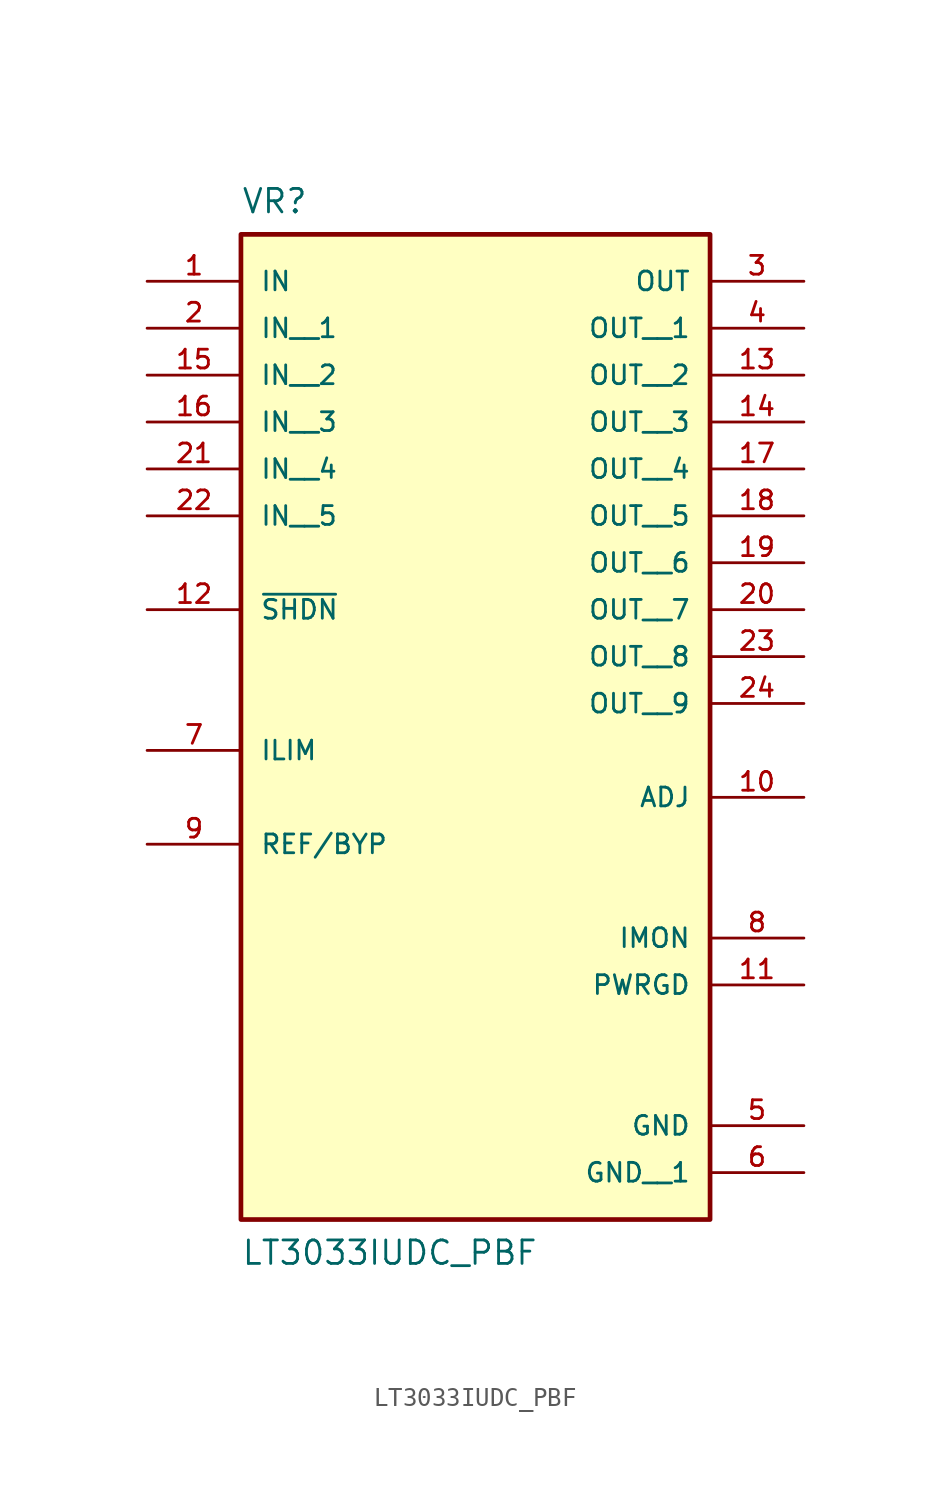
<source format=kicad_sym>
(kicad_symbol_lib
  (version 20211014)
  (generator kicad_symbol_editor)
  (symbol "LT3033IUDC_PBF"
    (pin_names
      (offset 1.016))
    (property "Reference" "VR"
      (at -12.7 15.24 0)
      (effects (font (size 1.27 1.27)) (justify top left)))
    (property "Value" "LT3033IUDC_PBF"
      (at -12.7 -43.18 0)
      (effects (font (size 1.27 1.27)) (justify bottom left)))
    (symbol "LT3033IUDC_PBF_0_0"
      (rectangle (start -12.7 -40.64) (end 12.7 12.7) (stroke (width 0.254)) (fill (type background)))
      (pin input line (at -17.78 10.16 0) (length 5.08) (name "IN" (effects (font (size 1.016 1.016)))) (number "1" (effects (font (size 1.016 1.016)))))
      (pin output line (at 17.78 10.16 180.0) (length 5.08) (name "OUT" (effects (font (size 1.016 1.016)))) (number "3" (effects (font (size 1.016 1.016)))))
      (pin input line (at -17.78 -15.24 0) (length 5.08) (name "ILIM" (effects (font (size 1.016 1.016)))) (number "7" (effects (font (size 1.016 1.016)))))
      (pin output line (at 17.78 -25.4 180.0) (length 5.08) (name "IMON" (effects (font (size 1.016 1.016)))) (number "8" (effects (font (size 1.016 1.016)))))
      (pin passive line (at -17.78 -20.32 0) (length 5.08) (name "REF/BYP" (effects (font (size 1.016 1.016)))) (number "9" (effects (font (size 1.016 1.016)))))
      (pin input line (at 17.78 -17.78 180.0) (length 5.08) (name "ADJ" (effects (font (size 1.016 1.016)))) (number "10" (effects (font (size 1.016 1.016)))))
      (pin output line (at 17.78 -27.94 180.0) (length 5.08) (name "PWRGD" (effects (font (size 1.016 1.016)))) (number "11" (effects (font (size 1.016 1.016)))))
      (pin input line (at -17.78 -7.62 0) (length 5.08) (name "~{SHDN}" (effects (font (size 1.016 1.016)))) (number "12" (effects (font (size 1.016 1.016)))))
      (pin power_in line (at 17.78 -35.56 180.0) (length 5.08) (name "GND" (effects (font (size 1.016 1.016)))) (number "5" (effects (font (size 1.016 1.016)))))
      (pin input line (at -17.78 7.62 0) (length 5.08) (name "IN__1" (effects (font (size 1.016 1.016)))) (number "2" (effects (font (size 1.016 1.016)))))
      (pin input line (at -17.78 5.08 0) (length 5.08) (name "IN__2" (effects (font (size 1.016 1.016)))) (number "15" (effects (font (size 1.016 1.016)))))
      (pin input line (at -17.78 2.54 0) (length 5.08) (name "IN__3" (effects (font (size 1.016 1.016)))) (number "16" (effects (font (size 1.016 1.016)))))
      (pin input line (at -17.78 0.0 0) (length 5.08) (name "IN__4" (effects (font (size 1.016 1.016)))) (number "21" (effects (font (size 1.016 1.016)))))
      (pin input line (at -17.78 -2.54 0) (length 5.08) (name "IN__5" (effects (font (size 1.016 1.016)))) (number "22" (effects (font (size 1.016 1.016)))))
      (pin output line (at 17.78 7.62 180.0) (length 5.08) (name "OUT__1" (effects (font (size 1.016 1.016)))) (number "4" (effects (font (size 1.016 1.016)))))
      (pin output line (at 17.78 5.08 180.0) (length 5.08) (name "OUT__2" (effects (font (size 1.016 1.016)))) (number "13" (effects (font (size 1.016 1.016)))))
      (pin output line (at 17.78 2.54 180.0) (length 5.08) (name "OUT__3" (effects (font (size 1.016 1.016)))) (number "14" (effects (font (size 1.016 1.016)))))
      (pin output line (at 17.78 0.0 180.0) (length 5.08) (name "OUT__4" (effects (font (size 1.016 1.016)))) (number "17" (effects (font (size 1.016 1.016)))))
      (pin output line (at 17.78 -2.54 180.0) (length 5.08) (name "OUT__5" (effects (font (size 1.016 1.016)))) (number "18" (effects (font (size 1.016 1.016)))))
      (pin output line (at 17.78 -5.08 180.0) (length 5.08) (name "OUT__6" (effects (font (size 1.016 1.016)))) (number "19" (effects (font (size 1.016 1.016)))))
      (pin output line (at 17.78 -7.62 180.0) (length 5.08) (name "OUT__7" (effects (font (size 1.016 1.016)))) (number "20" (effects (font (size 1.016 1.016)))))
      (pin output line (at 17.78 -10.16 180.0) (length 5.08) (name "OUT__8" (effects (font (size 1.016 1.016)))) (number "23" (effects (font (size 1.016 1.016)))))
      (pin output line (at 17.78 -12.7 180.0) (length 5.08) (name "OUT__9" (effects (font (size 1.016 1.016)))) (number "24" (effects (font (size 1.016 1.016)))))
      (pin power_in line (at 17.78 -38.1 180.0) (length 5.08) (name "GND__1" (effects (font (size 1.016 1.016)))) (number "6" (effects (font (size 1.016 1.016))))))))
</source>
